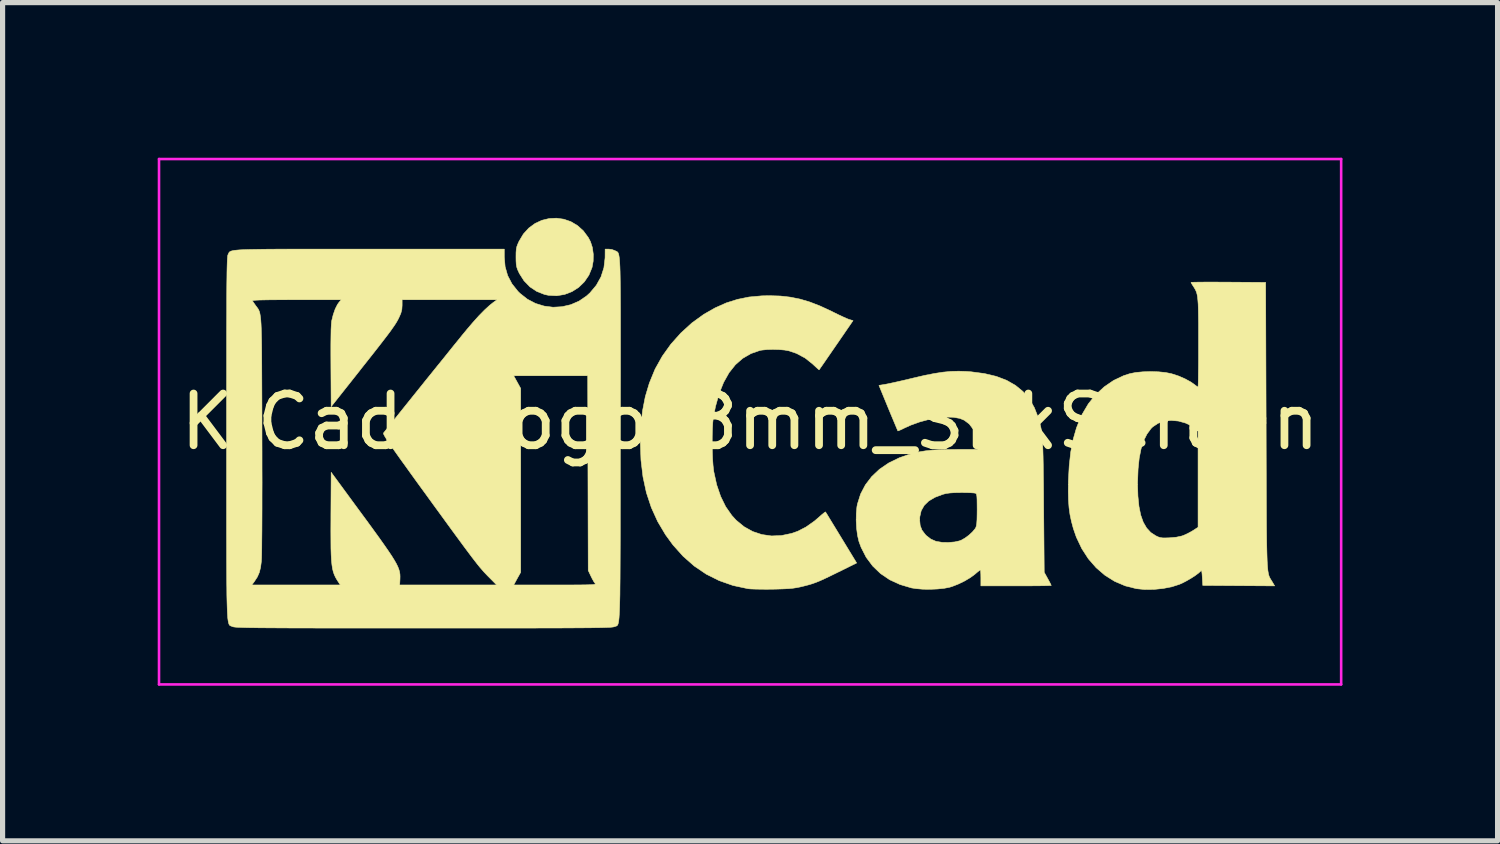
<source format=kicad_pcb>
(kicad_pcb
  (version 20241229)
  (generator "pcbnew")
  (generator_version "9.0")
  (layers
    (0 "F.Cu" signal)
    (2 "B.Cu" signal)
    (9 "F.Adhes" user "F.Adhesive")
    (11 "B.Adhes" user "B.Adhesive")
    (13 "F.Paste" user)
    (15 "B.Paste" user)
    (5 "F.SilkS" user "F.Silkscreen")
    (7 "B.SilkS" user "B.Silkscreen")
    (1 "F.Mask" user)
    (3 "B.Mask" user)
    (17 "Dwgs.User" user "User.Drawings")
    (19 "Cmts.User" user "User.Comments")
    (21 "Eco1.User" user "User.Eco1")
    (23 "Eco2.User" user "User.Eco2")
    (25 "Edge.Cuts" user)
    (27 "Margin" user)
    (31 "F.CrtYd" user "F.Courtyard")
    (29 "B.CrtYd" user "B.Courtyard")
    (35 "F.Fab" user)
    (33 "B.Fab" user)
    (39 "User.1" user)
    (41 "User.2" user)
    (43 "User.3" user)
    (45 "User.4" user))
  (footprint "KiCad-Logo_8mm_SilkScreen"
    (layer "F.Cu")
    (at 11.455 5.105)
    (property "Reference" "KiCad-Logo_8mm_SilkScreen" (at 0 0 0) (layer "F.SilkS") (effects (font (size 1 1) (thickness 0.15))))
    (attr exclude_from_pos_files exclude_from_bom)
    (fp_poly (pts (xy -3.602 -3.916) (xy -3.466 -3.869) (xy -3.339 -3.794) (xy -3.226 -3.693) (xy -3.13 -3.564) (xy -3.087 -3.483) (xy -3.05 -3.37) (xy -3.032 -3.239) (xy -3.034 -3.105) (xy -3.056 -2.983) (xy -3.117 -2.834) (xy -3.205 -2.705) (xy -3.315 -2.598) (xy -3.444 -2.516) (xy -3.587 -2.461) (xy -3.739 -2.436) (xy -3.896 -2.444) (xy -3.973 -2.46) (xy -4.124 -2.519) (xy -4.258 -2.608) (xy -4.372 -2.726) (xy -4.463 -2.869) (xy -4.47 -2.885) (xy -4.497 -2.943) (xy -4.513 -2.993) (xy -4.522 -3.045) (xy -4.526 -3.111) (xy -4.527 -3.184) (xy -4.526 -3.271) (xy -4.521 -3.334) (xy -4.511 -3.385) (xy -4.492 -3.436) (xy -4.469 -3.487) (xy -4.384 -3.63) (xy -4.279 -3.745) (xy -4.158 -3.834) (xy -4.026 -3.895) (xy -3.886 -3.929) (xy -3.744 -3.936) (xy -3.602 -3.916)) (stroke (width 0.01) (type solid)) (fill yes) (layer "F.SilkS"))
    (fp_poly (pts (xy 0.581 -2.431) (xy 0.777 -2.409) (xy 0.967 -2.371) (xy 1.158 -2.314) (xy 1.358 -2.236) (xy 1.576 -2.135) (xy 1.615 -2.115) (xy 1.705 -2.071) (xy 1.79 -2.031) (xy 1.861 -1.999) (xy 1.91 -1.979) (xy 1.918 -1.977) (xy 1.991 -1.955) (xy 1.665 -1.481) (xy 1.585 -1.365) (xy 1.512 -1.259) (xy 1.449 -1.167) (xy 1.397 -1.092) (xy 1.359 -1.038) (xy 1.339 -1.008) (xy 1.335 -1.003) (xy 1.322 -1.013) (xy 1.288 -1.043) (xy 1.24 -1.087) (xy 1.214 -1.112) (xy 1.065 -1.231) (xy 0.897 -1.321) (xy 0.753 -1.37) (xy 0.666 -1.386) (xy 0.558 -1.395) (xy 0.44 -1.398) (xy 0.326 -1.395) (xy 0.229 -1.385) (xy 0.19 -1.378) (xy 0.015 -1.317) (xy -0.143 -1.225) (xy -0.284 -1.102) (xy -0.407 -0.947) (xy -0.512 -0.76) (xy -0.599 -0.543) (xy -0.669 -0.294) (xy -0.71 -0.082) (xy -0.721 0.012) (xy -0.728 0.134) (xy -0.732 0.273) (xy -0.733 0.423) (xy -0.73 0.575) (xy -0.725 0.718) (xy -0.716 0.846) (xy -0.704 0.949) (xy -0.702 0.964) (xy -0.646 1.22) (xy -0.569 1.445) (xy -0.472 1.643) (xy -0.353 1.813) (xy -0.269 1.905) (xy -0.117 2.03) (xy 0.049 2.123) (xy 0.227 2.182) (xy 0.414 2.209) (xy 0.607 2.201) (xy 0.803 2.16) (xy 0.92 2.119) (xy 1.08 2.037) (xy 1.246 1.92) (xy 1.339 1.84) (xy 1.391 1.794) (xy 1.432 1.761) (xy 1.455 1.745) (xy 1.458 1.744) (xy 1.469 1.761) (xy 1.496 1.804) (xy 1.537 1.872) (xy 1.59 1.959) (xy 1.653 2.062) (xy 1.723 2.177) (xy 1.762 2.241) (xy 2.061 2.732) (xy 1.688 2.916) (xy 1.553 2.982) (xy 1.444 3.034) (xy 1.354 3.075) (xy 1.276 3.107) (xy 1.203 3.133) (xy 1.13 3.155) (xy 1.049 3.176) (xy 0.971 3.195) (xy 0.901 3.209) (xy 0.829 3.22) (xy 0.746 3.228) (xy 0.645 3.233) (xy 0.52 3.237) (xy 0.435 3.239) (xy 0.315 3.24) (xy 0.199 3.239) (xy 0.096 3.237) (xy 0.013 3.234) (xy -0.042 3.229) (xy -0.045 3.228) (xy -0.33 3.167) (xy -0.598 3.073) (xy -0.848 2.948) (xy -1.08 2.791) (xy -1.295 2.602) (xy -1.492 2.382) (xy -1.635 2.186) (xy -1.787 1.93) (xy -1.91 1.659) (xy -2.005 1.372) (xy -2.071 1.066) (xy -2.11 0.74) (xy -2.122 0.408) (xy -2.112 0.087) (xy -2.08 -0.209) (xy -2.026 -0.486) (xy -1.948 -0.747) (xy -1.845 -0.999) (xy -1.833 -1.025) (xy -1.697 -1.268) (xy -1.531 -1.5) (xy -1.338 -1.716) (xy -1.125 -1.91) (xy -0.894 -2.077) (xy -0.679 -2.2) (xy -0.462 -2.297) (xy -0.244 -2.366) (xy -0.018 -2.412) (xy 0.226 -2.434) (xy 0.372 -2.437) (xy 0.581 -2.431)) (stroke (width 0.01) (type solid)) (fill yes) (layer "F.SilkS"))
    (fp_poly (pts (xy 9.042 -2.7) (xy 9.196 -2.699) (xy 9.248 -2.699) (xy 9.97 -2.694) (xy 9.979 0.073) (xy 9.98 0.448) (xy 9.981 0.788) (xy 9.982 1.096) (xy 9.983 1.373) (xy 9.984 1.621) (xy 9.985 1.841) (xy 9.986 2.036) (xy 9.988 2.206) (xy 9.99 2.354) (xy 9.993 2.482) (xy 9.996 2.592) (xy 9.999 2.684) (xy 10.003 2.761) (xy 10.008 2.825) (xy 10.013 2.877) (xy 10.02 2.92) (xy 10.027 2.954) (xy 10.035 2.982) (xy 10.044 3.005) (xy 10.055 3.026) (xy 10.066 3.045) (xy 10.079 3.066) (xy 10.093 3.089) (xy 10.096 3.093) (xy 10.144 3.175) (xy 8.754 3.166) (xy 8.745 3.013) (xy 8.74 2.94) (xy 8.735 2.898) (xy 8.728 2.881) (xy 8.717 2.884) (xy 8.709 2.894) (xy 8.67 2.929) (xy 8.608 2.975) (xy 8.531 3.025) (xy 8.447 3.074) (xy 8.365 3.117) (xy 8.302 3.145) (xy 8.155 3.192) (xy 7.986 3.225) (xy 7.808 3.243) (xy 7.633 3.245) (xy 7.474 3.229) (xy 7.472 3.229) (xy 7.254 3.174) (xy 7.05 3.087) (xy 6.863 2.97) (xy 6.693 2.824) (xy 6.542 2.651) (xy 6.414 2.453) (xy 6.309 2.232) (xy 6.252 2.068) (xy 6.215 1.931) (xy 6.187 1.799) (xy 6.168 1.663) (xy 6.157 1.514) (xy 6.153 1.347) (xy 6.155 1.209) (xy 7.493 1.209) (xy 7.5 1.439) (xy 7.52 1.637) (xy 7.554 1.805) (xy 7.603 1.943) (xy 7.668 2.055) (xy 7.748 2.142) (xy 7.842 2.204) (xy 7.89 2.227) (xy 7.932 2.24) (xy 7.979 2.247) (xy 8.042 2.247) (xy 8.11 2.245) (xy 8.243 2.233) (xy 8.349 2.21) (xy 8.382 2.198) (xy 8.458 2.164) (xy 8.538 2.121) (xy 8.572 2.1) (xy 8.663 2.041) (xy 8.663 0.155) (xy 8.563 0.095) (xy 8.424 0.027) (xy 8.282 -0.013) (xy 8.142 -0.025) (xy 8.009 -0.011) (xy 7.889 0.031) (xy 7.787 0.099) (xy 7.754 0.131) (xy 7.675 0.239) (xy 7.61 0.368) (xy 7.561 0.523) (xy 7.525 0.704) (xy 7.503 0.915) (xy 7.494 1.157) (xy 7.493 1.209) (xy 6.155 1.209) (xy 6.155 1.152) (xy 6.171 0.854) (xy 6.201 0.584) (xy 6.248 0.34) (xy 6.312 0.118) (xy 6.394 -0.087) (xy 6.424 -0.148) (xy 6.542 -0.347) (xy 6.684 -0.523) (xy 6.848 -0.674) (xy 7.029 -0.798) (xy 7.225 -0.891) (xy 7.343 -0.929) (xy 7.458 -0.952) (xy 7.597 -0.965) (xy 7.748 -0.97) (xy 7.898 -0.965) (xy 8.038 -0.951) (xy 8.15 -0.928) (xy 8.283 -0.885) (xy 8.412 -0.829) (xy 8.525 -0.767) (xy 8.585 -0.725) (xy 8.627 -0.693) (xy 8.656 -0.674) (xy 8.662 -0.671) (xy 8.664 -0.689) (xy 8.666 -0.739) (xy 8.668 -0.819) (xy 8.669 -0.924) (xy 8.671 -1.051) (xy 8.672 -1.197) (xy 8.672 -1.357) (xy 8.672 -1.521) (xy 8.672 -1.731) (xy 8.672 -1.908) (xy 8.67 -2.055) (xy 8.668 -2.176) (xy 8.665 -2.274) (xy 8.659 -2.353) (xy 8.652 -2.416) (xy 8.643 -2.467) (xy 8.631 -2.508) (xy 8.616 -2.543) (xy 8.598 -2.576) (xy 8.577 -2.61) (xy 8.574 -2.614) (xy 8.546 -2.658) (xy 8.529 -2.688) (xy 8.527 -2.694) (xy 8.545 -2.696) (xy 8.595 -2.698) (xy 8.673 -2.699) (xy 8.776 -2.7) (xy 8.9 -2.7) (xy 9.042 -2.7)) (stroke (width 0.01) (type solid)) (fill yes) (layer "F.SilkS"))
    (fp_poly (pts (xy 4.186 -0.972) (xy 4.276 -0.965) (xy 4.533 -0.931) (xy 4.76 -0.877) (xy 4.96 -0.801) (xy 5.132 -0.703) (xy 5.278 -0.583) (xy 5.4 -0.44) (xy 5.497 -0.272) (xy 5.568 -0.091) (xy 5.586 -0.033) (xy 5.602 0.021) (xy 5.615 0.075) (xy 5.627 0.13) (xy 5.637 0.191) (xy 5.645 0.26) (xy 5.652 0.339) (xy 5.657 0.433) (xy 5.662 0.543) (xy 5.666 0.672) (xy 5.669 0.825) (xy 5.671 1.003) (xy 5.674 1.209) (xy 5.676 1.447) (xy 5.677 1.633) (xy 5.688 2.912) (xy 5.756 3.035) (xy 5.788 3.094) (xy 5.812 3.14) (xy 5.823 3.165) (xy 5.824 3.167) (xy 5.806 3.168) (xy 5.757 3.17) (xy 5.678 3.172) (xy 5.576 3.173) (xy 5.453 3.174) (xy 5.314 3.175) (xy 5.162 3.175) (xy 5.144 3.175) (xy 4.463 3.175) (xy 4.463 3.021) (xy 4.462 2.951) (xy 4.459 2.898) (xy 4.454 2.869) (xy 4.452 2.867) (xy 4.434 2.878) (xy 4.397 2.907) (xy 4.349 2.948) (xy 4.348 2.949) (xy 4.26 3.014) (xy 4.149 3.08) (xy 4.028 3.139) (xy 3.908 3.186) (xy 3.855 3.202) (xy 3.751 3.222) (xy 3.622 3.235) (xy 3.481 3.241) (xy 3.34 3.239) (xy 3.211 3.228) (xy 3.121 3.214) (xy 2.899 3.148) (xy 2.699 3.056) (xy 2.522 2.936) (xy 2.371 2.791) (xy 2.245 2.622) (xy 2.147 2.43) (xy 2.104 2.313) (xy 2.078 2.2) (xy 2.06 2.064) (xy 2.052 1.917) (xy 2.052 1.896) (xy 3.279 1.896) (xy 3.289 2.005) (xy 3.323 2.095) (xy 3.386 2.179) (xy 3.41 2.204) (xy 3.496 2.27) (xy 3.594 2.313) (xy 3.713 2.333) (xy 3.837 2.335) (xy 3.956 2.325) (xy 4.046 2.305) (xy 4.086 2.29) (xy 4.156 2.25) (xy 4.232 2.194) (xy 4.3 2.131) (xy 4.351 2.07) (xy 4.365 2.047) (xy 4.375 2.016) (xy 4.383 1.967) (xy 4.388 1.894) (xy 4.39 1.793) (xy 4.391 1.697) (xy 4.39 1.585) (xy 4.389 1.504) (xy 4.386 1.449) (xy 4.381 1.414) (xy 4.373 1.394) (xy 4.362 1.384) (xy 4.359 1.383) (xy 4.33 1.378) (xy 4.272 1.374) (xy 4.193 1.371) (xy 4.102 1.37) (xy 4.082 1.37) (xy 3.96 1.372) (xy 3.866 1.378) (xy 3.791 1.388) (xy 3.729 1.404) (xy 3.575 1.462) (xy 3.455 1.533) (xy 3.367 1.619) (xy 3.309 1.721) (xy 3.282 1.839) (xy 3.279 1.896) (xy 2.052 1.896) (xy 2.054 1.774) (xy 2.066 1.645) (xy 2.076 1.592) (xy 2.137 1.399) (xy 2.23 1.221) (xy 2.353 1.06) (xy 2.504 0.918) (xy 2.682 0.797) (xy 2.885 0.698) (xy 3.057 0.638) (xy 3.172 0.606) (xy 3.282 0.581) (xy 3.395 0.563) (xy 3.516 0.55) (xy 3.654 0.542) (xy 3.816 0.538) (xy 3.962 0.536) (xy 4.395 0.535) (xy 4.386 0.405) (xy 4.363 0.264) (xy 4.313 0.143) (xy 4.238 0.044) (xy 4.141 -0.029) (xy 4.056 -0.064) (xy 3.934 -0.086) (xy 3.789 -0.09) (xy 3.627 -0.075) (xy 3.455 -0.043) (xy 3.281 0.004) (xy 3.111 0.065) (xy 2.987 0.121) (xy 2.928 0.15) (xy 2.882 0.17) (xy 2.859 0.178) (xy 2.858 0.178) (xy 2.85 0.16) (xy 2.83 0.114) (xy 2.8 0.042) (xy 2.762 -0.049) (xy 2.717 -0.156) (xy 2.672 -0.265) (xy 2.492 -0.703) (xy 2.62 -0.724) (xy 2.676 -0.735) (xy 2.76 -0.753) (xy 2.864 -0.776) (xy 2.982 -0.803) (xy 3.107 -0.833) (xy 3.157 -0.845) (xy 3.372 -0.895) (xy 3.56 -0.932) (xy 3.728 -0.958) (xy 3.884 -0.973) (xy 4.034 -0.977) (xy 4.186 -0.972)) (stroke (width 0.01) (type solid)) (fill yes) (layer "F.SilkS"))
    (fp_poly (pts (xy -7.87 -3.338) (xy -7.521 -3.338) (xy -7.358 -3.338) (xy -4.753 -3.338) (xy -4.753 -3.185) (xy -4.737 -2.998) (xy -4.688 -2.826) (xy -4.605 -2.667) (xy -4.488 -2.52) (xy -4.448 -2.481) (xy -4.306 -2.369) (xy -4.149 -2.287) (xy -3.982 -2.236) (xy -3.81 -2.214) (xy -3.637 -2.224) (xy -3.468 -2.263) (xy -3.308 -2.332) (xy -3.162 -2.432) (xy -3.096 -2.492) (xy -2.973 -2.639) (xy -2.883 -2.801) (xy -2.827 -2.976) (xy -2.805 -3.161) (xy -2.804 -3.18) (xy -2.803 -3.338) (xy -2.733 -3.338) (xy -2.671 -3.33) (xy -2.615 -3.309) (xy -2.611 -3.307) (xy -2.598 -3.301) (xy -2.587 -3.296) (xy -2.576 -3.29) (xy -2.566 -3.284) (xy -2.557 -3.274) (xy -2.549 -3.26) (xy -2.542 -3.239) (xy -2.536 -3.211) (xy -2.53 -3.174) (xy -2.525 -3.127) (xy -2.521 -3.067) (xy -2.517 -2.994) (xy -2.514 -2.906) (xy -2.512 -2.801) (xy -2.51 -2.678) (xy -2.508 -2.535) (xy -2.507 -2.372) (xy -2.506 -2.186) (xy -2.506 -1.976) (xy -2.506 -1.74) (xy -2.506 -1.477) (xy -2.506 -1.185) (xy -2.506 -0.864) (xy -2.507 -0.511) (xy -2.507 -0.124) (xy -2.508 0.297) (xy -2.508 0.348) (xy -2.509 0.771) (xy -2.509 1.16) (xy -2.509 1.516) (xy -2.51 1.839) (xy -2.51 2.133) (xy -2.511 2.398) (xy -2.512 2.635) (xy -2.513 2.847) (xy -2.514 3.034) (xy -2.516 3.199) (xy -2.517 3.342) (xy -2.52 3.466) (xy -2.523 3.571) (xy -2.526 3.66) (xy -2.53 3.733) (xy -2.534 3.793) (xy -2.539 3.84) (xy -2.545 3.877) (xy -2.551 3.904) (xy -2.558 3.924) (xy -2.566 3.937) (xy -2.575 3.946) (xy -2.585 3.951) (xy -2.596 3.955) (xy -2.608 3.958) (xy -2.621 3.963) (xy -2.624 3.964) (xy -2.634 3.967) (xy -2.651 3.97) (xy -2.676 3.973) (xy -2.71 3.976) (xy -2.756 3.978) (xy -2.814 3.98) (xy -2.886 3.982) (xy -2.973 3.983) (xy -3.078 3.985) (xy -3.201 3.986) (xy -3.343 3.987) (xy -3.507 3.988) (xy -3.694 3.989) (xy -3.905 3.989) (xy -4.141 3.99) (xy -4.405 3.99) (xy -4.697 3.991) (xy -5.019 3.991) (xy -5.373 3.991) (xy -5.759 3.991) (xy -6.18 3.991) (xy -6.316 3.991) (xy -6.747 3.991) (xy -7.142 3.991) (xy -7.504 3.991) (xy -7.835 3.99) (xy -8.134 3.99) (xy -8.405 3.99) (xy -8.649 3.989) (xy -8.866 3.989) (xy -9.059 3.988) (xy -9.229 3.987) (xy -9.378 3.986) (xy -9.506 3.985) (xy -9.616 3.983) (xy -9.709 3.982) (xy -9.786 3.98) (xy -9.848 3.978) (xy -9.899 3.976) (xy -9.937 3.974) (xy -9.967 3.971) (xy -9.987 3.968) (xy -10.001 3.965) (xy -10.009 3.962) (xy -10.023 3.956) (xy -10.035 3.952) (xy -10.046 3.948) (xy -10.057 3.942) (xy -10.066 3.934) (xy -10.075 3.92) (xy -10.082 3.901) (xy -10.089 3.874) (xy -10.095 3.839) (xy -10.101 3.793) (xy -10.105 3.734) (xy -10.109 3.663) (xy -10.112 3.576) (xy -10.115 3.473) (xy -10.118 3.352) (xy -10.119 3.211) (xy -10.12 3.157) (xy -9.636 3.157) (xy -7.924 3.157) (xy -7.957 3.107) (xy -7.99 3.056) (xy -8.018 3.007) (xy -8.041 2.957) (xy -8.06 2.903) (xy -8.075 2.841) (xy -8.086 2.768) (xy -8.095 2.68) (xy -8.101 2.574) (xy -8.105 2.447) (xy -8.106 2.294) (xy -8.107 2.114) (xy -8.106 1.902) (xy -8.106 1.823) (xy -8.101 0.978) (xy -7.566 1.707) (xy -7.414 1.913) (xy -7.283 2.093) (xy -7.17 2.249) (xy -7.075 2.383) (xy -6.996 2.497) (xy -6.931 2.594) (xy -6.88 2.676) (xy -6.84 2.746) (xy -6.811 2.806) (xy -6.791 2.858) (xy -6.778 2.905) (xy -6.771 2.949) (xy -6.769 2.992) (xy -6.77 3.038) (xy -6.77 3.043) (xy -6.776 3.157) (xy -4.901 3.157) (xy -5.04 3.016) (xy -5.078 2.978) (xy -5.114 2.94) (xy -5.15 2.902) (xy -5.186 2.86) (xy -5.226 2.814) (xy -5.27 2.76) (xy -5.32 2.696) (xy -5.377 2.622) (xy -5.443 2.534) (xy -5.521 2.43) (xy -5.61 2.309) (xy -5.713 2.169) (xy -5.832 2.006) (xy -5.967 1.82) (xy -6.121 1.609) (xy -6.247 1.435) (xy -6.406 1.217) (xy -6.544 1.026) (xy -6.663 0.86) (xy -6.765 0.719) (xy -6.85 0.599) (xy -6.92 0.5) (xy -6.976 0.419) (xy -7.019 0.355) (xy -7.051 0.305) (xy -7.072 0.269) (xy -7.085 0.243) (xy -7.09 0.227) (xy -7.088 0.218) (xy -7.071 0.196) (xy -7.032 0.148) (xy -6.976 0.077) (xy -6.904 -0.013) (xy -6.818 -0.12) (xy -6.721 -0.241) (xy -6.615 -0.373) (xy -6.502 -0.514) (xy -6.385 -0.659) (xy -6.266 -0.808) (xy -6.2 -0.889) (xy -4.571 -0.889) (xy -4.504 -0.767) (xy -4.436 -0.644) (xy -4.436 2.912) (xy -4.504 3.034) (xy -4.571 3.157) (xy -3.771 3.157) (xy -3.579 3.157) (xy -3.422 3.157) (xy -3.294 3.156) (xy -3.193 3.155) (xy -3.117 3.153) (xy -3.062 3.151) (xy -3.025 3.148) (xy -3.004 3.144) (xy -2.994 3.139) (xy -2.993 3.132) (xy -2.999 3.125) (xy -2.999 3.125) (xy -3.022 3.092) (xy -3.052 3.038) (xy -3.079 2.984) (xy -3.13 2.876) (xy -3.135 0.993) (xy -3.14 -0.889) (xy -4.571 -0.889) (xy -6.2 -0.889) (xy -6.147 -0.955) (xy -6.03 -1.1) (xy -5.918 -1.238) (xy -5.814 -1.368) (xy -5.719 -1.486) (xy -5.635 -1.589) (xy -5.566 -1.675) (xy -5.512 -1.74) (xy -5.481 -1.778) (xy -5.36 -1.92) (xy -5.244 -2.049) (xy -5.136 -2.159) (xy -5.04 -2.247) (xy -4.973 -2.301) (xy -4.893 -2.359) (xy -6.729 -2.359) (xy -6.729 -2.251) (xy -6.734 -2.172) (xy -6.753 -2.098) (xy -6.783 -2.029) (xy -6.802 -1.989) (xy -6.823 -1.95) (xy -6.847 -1.909) (xy -6.877 -1.863) (xy -6.914 -1.81) (xy -6.959 -1.746) (xy -7.016 -1.67) (xy -7.086 -1.579) (xy -7.17 -1.47) (xy -7.271 -1.341) (xy -7.391 -1.189) (xy -7.532 -1.011) (xy -7.547 -0.991) (xy -8.101 -0.291) (xy -8.106 -1.066) (xy -8.107 -1.299) (xy -8.107 -1.495) (xy -8.105 -1.657) (xy -8.103 -1.784) (xy -8.098 -1.878) (xy -8.093 -1.938) (xy -8.091 -1.95) (xy -8.061 -2.071) (xy -8.023 -2.18) (xy -7.979 -2.267) (xy -7.953 -2.304) (xy -7.907 -2.359) (xy -8.772 -2.359) (xy -8.978 -2.358) (xy -9.15 -2.358) (xy -9.291 -2.357) (xy -9.404 -2.355) (xy -9.49 -2.353) (xy -9.553 -2.35) (xy -9.594 -2.347) (xy -9.616 -2.342) (xy -9.623 -2.337) (xy -9.622 -2.336) (xy -9.604 -2.308) (xy -9.573 -2.264) (xy -9.558 -2.242) (xy -9.541 -2.22) (xy -9.526 -2.2) (xy -9.513 -2.181) (xy -9.502 -2.16) (xy -9.491 -2.135) (xy -9.482 -2.106) (xy -9.475 -2.068) (xy -9.468 -2.022) (xy -9.462 -1.964) (xy -9.457 -1.893) (xy -9.453 -1.806) (xy -9.45 -1.703) (xy -9.447 -1.58) (xy -9.445 -1.436) (xy -9.444 -1.27) (xy -9.443 -1.078) (xy -9.442 -0.86) (xy -9.441 -0.613) (xy -9.44 -0.335) (xy -9.439 -0.024) (xy -9.439 0.261) (xy -9.438 0.579) (xy -9.438 0.883) (xy -9.437 1.17) (xy -9.438 1.439) (xy -9.438 1.687) (xy -9.439 1.913) (xy -9.44 2.114) (xy -9.442 2.289) (xy -9.443 2.436) (xy -9.445 2.553) (xy -9.447 2.638) (xy -9.45 2.689) (xy -9.45 2.694) (xy -9.466 2.818) (xy -9.491 2.917) (xy -9.529 3.003) (xy -9.585 3.089) (xy -9.591 3.098) (xy -9.636 3.157) (xy -10.12 3.157) (xy -10.121 3.049) (xy -10.122 2.865) (xy -10.123 2.657) (xy -10.123 2.423) (xy -10.124 2.162) (xy -10.124 1.873) (xy -10.124 1.554) (xy -10.124 1.203) (xy -10.124 0.82) (xy -10.124 0.401) (xy -10.124 0.318) (xy -10.124 -0.104) (xy -10.124 -0.492) (xy -10.123 -0.847) (xy -10.123 -1.169) (xy -10.123 -1.462) (xy -10.123 -1.725) (xy -10.122 -1.961) (xy -10.121 -2.172) (xy -10.121 -2.357) (xy -10.12 -2.521) (xy -10.119 -2.662) (xy -10.117 -2.784) (xy -10.116 -2.887) (xy -10.114 -2.974) (xy -10.112 -3.045) (xy -10.11 -3.102) (xy -10.108 -3.146) (xy -10.105 -3.18) (xy -10.103 -3.204) (xy -10.1 -3.22) (xy -10.096 -3.23) (xy -10.096 -3.23) (xy -10.089 -3.245) (xy -10.084 -3.258) (xy -10.077 -3.27) (xy -10.069 -3.281) (xy -10.056 -3.29) (xy -10.037 -3.299) (xy -10.011 -3.306) (xy -9.976 -3.313) (xy -9.929 -3.318) (xy -9.87 -3.323) (xy -9.796 -3.327) (xy -9.705 -3.33) (xy -9.597 -3.332) (xy -9.469 -3.334) (xy -9.319 -3.336) (xy -9.146 -3.337) (xy -8.948 -3.338) (xy -8.723 -3.338) (xy -8.47 -3.338) (xy -8.186 -3.338) (xy -7.87 -3.338)) (stroke (width 0.01) (type solid)) (fill yes) (layer "F.SilkS"))
    (fp_line (start -11.43 -5.08) (end 11.43 -5.08) (stroke (width 0.05) (type solid)) (layer "F.CrtYd"))
    (fp_line (start -11.43 5.08) (end -11.43 -5.08) (stroke (width 0.05) (type solid)) (layer "F.CrtYd"))
    (fp_line (start 11.43 -5.08) (end 11.43 5.08) (stroke (width 0.05) (type solid)) (layer "F.CrtYd"))
    (fp_line (start 11.43 5.08) (end -11.43 5.08) (stroke (width 0.05) (type solid)) (layer "F.CrtYd")))
  (gr_rect
    (start -3 -3)
    (end 25.91 13.21)
    (stroke (width 0.1) (type default))
    (fill no)
    (layer "Edge.Cuts")))
</source>
